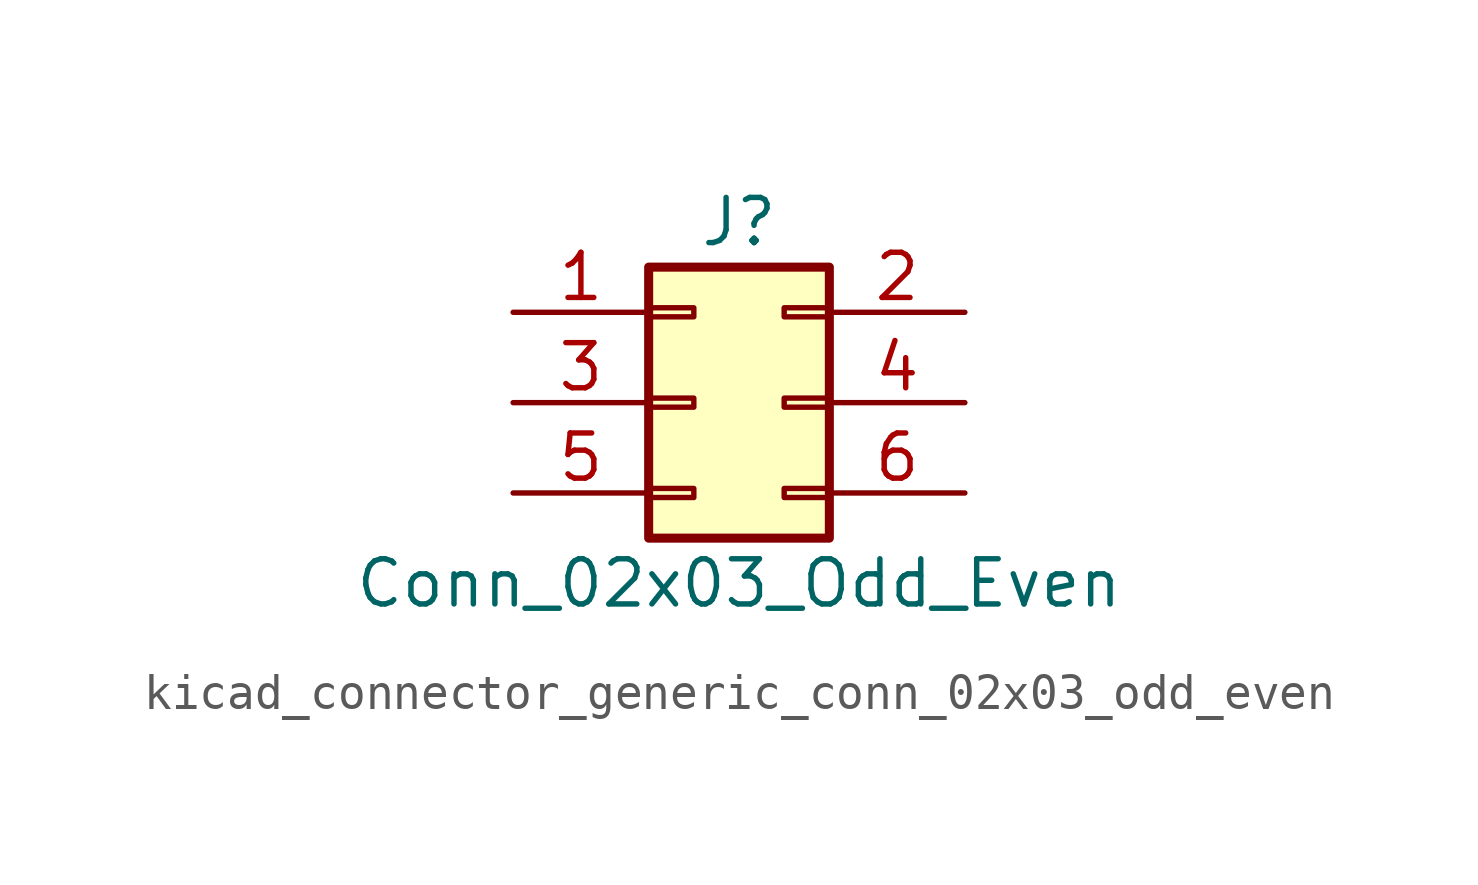
<source format=kicad_sym>
(kicad_symbol_lib
  (version 20220914)
  (generator kicad_symbol_editor)
  (symbol "kicad_connector_generic_conn_02x03_odd_even"
    (pin_names
      (offset 1.016) hide)
    (property "Reference" "J"
      (at 1.27 5.08 0)
      (effects (font (size 1.27 1.27))))
    (property "Value" "Conn_02x03_Odd_Even"
      (at 1.27 -5.08 0)
      (effects (font (size 1.27 1.27))))
    (symbol "kicad_connector_generic_conn_02x03_odd_even_1_1"
      (rectangle (start -1.27 -2.413) (end 0 -2.667) (stroke (width 0.152) (type default)) (fill (type none)))
      (rectangle (start -1.27 0.127) (end 0 -0.127) (stroke (width 0.152) (type default)) (fill (type none)))
      (rectangle (start -1.27 2.667) (end 0 2.413) (stroke (width 0.152) (type default)) (fill (type none)))
      (rectangle (start -1.27 3.81) (end 3.81 -3.81) (stroke (width 0.254) (type default)) (fill (type background)))
      (rectangle (start 3.81 -2.413) (end 2.54 -2.667) (stroke (width 0.152) (type default)) (fill (type none)))
      (rectangle (start 3.81 0.127) (end 2.54 -0.127) (stroke (width 0.152) (type default)) (fill (type none)))
      (rectangle (start 3.81 2.667) (end 2.54 2.413) (stroke (width 0.152) (type default)) (fill (type none)))
      (pin passive line (at -5.08 2.54 0) (length 3.81) (name "Pin_1" (effects (font (size 1.27 1.27)))) (number "1" (effects (font (size 1.27 1.27)))))
      (pin passive line (at 7.62 2.54 180) (length 3.81) (name "Pin_2" (effects (font (size 1.27 1.27)))) (number "2" (effects (font (size 1.27 1.27)))))
      (pin passive line (at -5.08 0 0) (length 3.81) (name "Pin_3" (effects (font (size 1.27 1.27)))) (number "3" (effects (font (size 1.27 1.27)))))
      (pin passive line (at 7.62 0 180) (length 3.81) (name "Pin_4" (effects (font (size 1.27 1.27)))) (number "4" (effects (font (size 1.27 1.27)))))
      (pin passive line (at -5.08 -2.54 0) (length 3.81) (name "Pin_5" (effects (font (size 1.27 1.27)))) (number "5" (effects (font (size 1.27 1.27)))))
      (pin passive line (at 7.62 -2.54 180) (length 3.81) (name "Pin_6" (effects (font (size 1.27 1.27)))) (number "6" (effects (font (size 1.27 1.27))))))))
</source>
